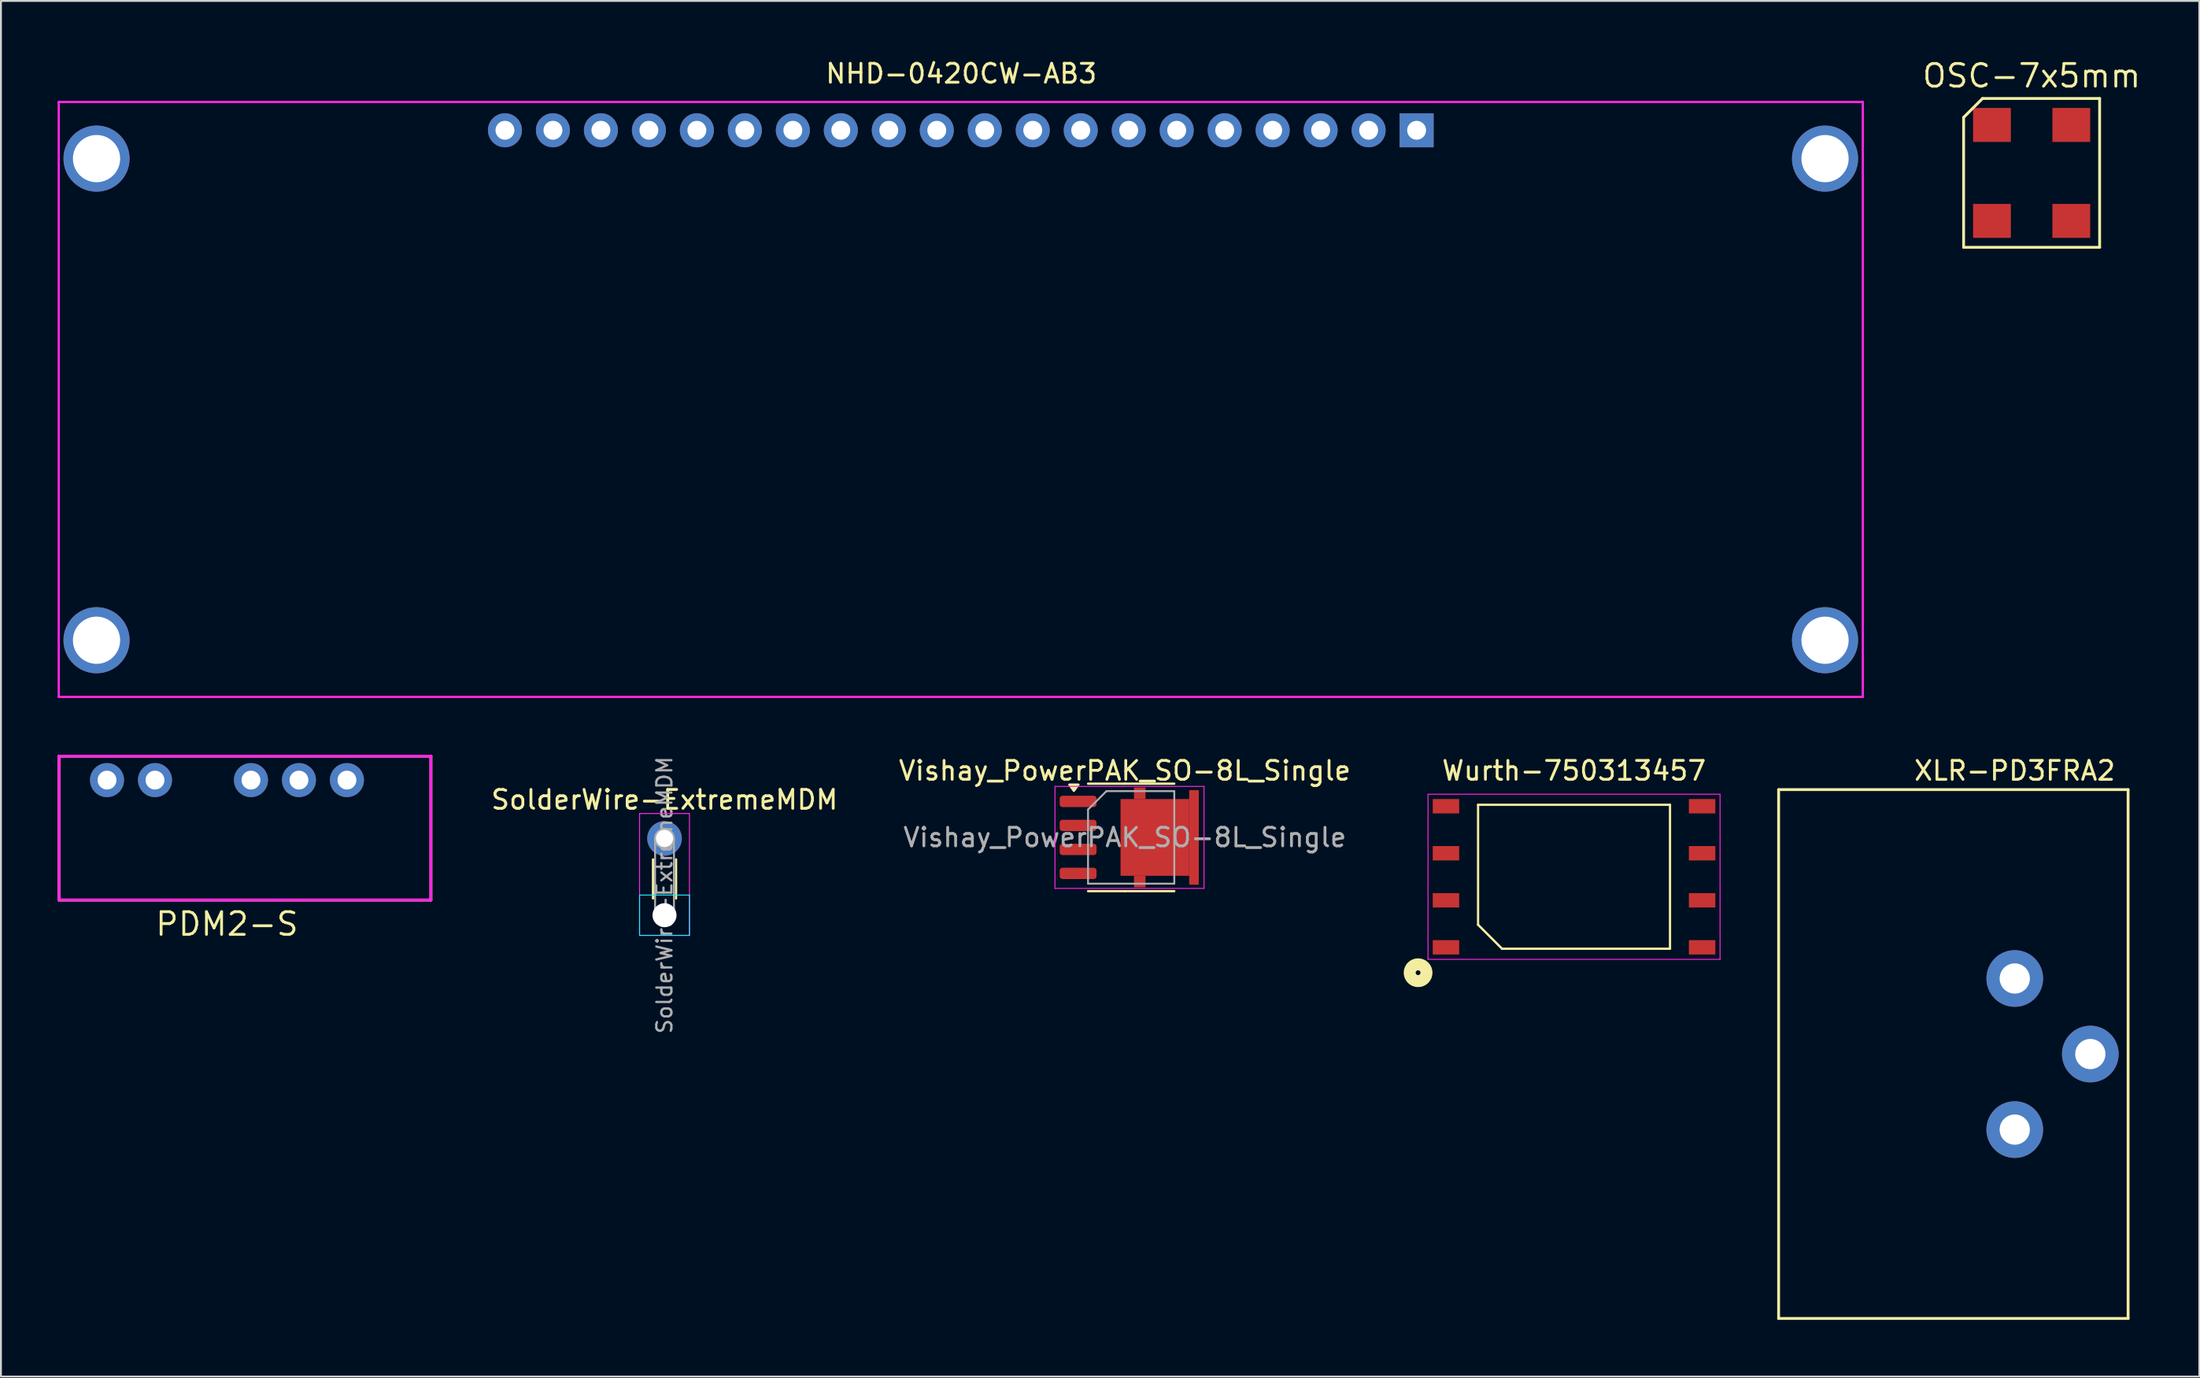
<source format=kicad_pcb>
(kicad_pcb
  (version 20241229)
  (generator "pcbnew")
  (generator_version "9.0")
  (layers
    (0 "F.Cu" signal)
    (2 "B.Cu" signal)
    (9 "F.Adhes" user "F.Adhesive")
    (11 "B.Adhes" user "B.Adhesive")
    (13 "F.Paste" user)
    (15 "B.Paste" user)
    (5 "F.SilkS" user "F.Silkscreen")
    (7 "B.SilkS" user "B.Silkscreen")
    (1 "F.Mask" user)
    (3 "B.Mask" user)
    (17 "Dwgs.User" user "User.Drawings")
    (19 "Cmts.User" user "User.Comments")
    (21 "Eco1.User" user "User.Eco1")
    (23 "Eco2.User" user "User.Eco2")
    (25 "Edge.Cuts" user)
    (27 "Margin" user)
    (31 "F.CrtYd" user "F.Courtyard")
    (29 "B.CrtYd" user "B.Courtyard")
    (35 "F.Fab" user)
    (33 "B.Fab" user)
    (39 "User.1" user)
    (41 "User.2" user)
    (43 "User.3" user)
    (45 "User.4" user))
  (footprint "NHD-0420CW-AB3"
    (layer "F.Cu")
    (at 47.81 18.098)
    (property "Reference" "NHD-0420CW-AB3" (at 0.025 -17.25 0) (layer "F.SilkS") (effects (font (size 1 1) (thickness 0.15))))
    (attr through_hole)
    (fp_line (start -47.75 -15.75) (end 47.75 -15.75) (stroke (width 0.12) (type solid)) (layer "F.CrtYd"))
    (fp_line (start -47.75 15.75) (end -47.75 -15.75) (stroke (width 0.12) (type solid)) (layer "F.CrtYd"))
    (fp_line (start 47.75 -15.75) (end 47.75 15.75) (stroke (width 0.12) (type solid)) (layer "F.CrtYd"))
    (fp_line (start 47.75 15.75) (end -47.75 15.75) (stroke (width 0.12) (type solid)) (layer "F.CrtYd"))
    (pad "" thru_hole circle (at -45.75 -12.75) (size 3.5 3.5) (drill 2.5) (layers "*.Cu" "*.Mask"))
    (pad "" thru_hole circle (at -45.75 12.75) (size 3.5 3.5) (drill 2.5) (layers "*.Cu" "*.Mask"))
    (pad "" thru_hole circle (at 45.75 -12.75) (size 3.5 3.5) (drill 2.5) (layers "*.Cu" "*.Mask"))
    (pad "" thru_hole circle (at 45.75 12.75) (size 3.5 3.5) (drill 2.5) (layers "*.Cu" "*.Mask"))
    (pad "1" thru_hole rect (at 24.13 -14.25) (size 1.8 1.8) (drill 1) (layers "*.Cu" "*.Mask"))
    (pad "2" thru_hole circle (at 21.59 -14.25) (size 1.8 1.8) (drill 1) (layers "*.Cu" "*.Mask"))
    (pad "3" thru_hole circle (at 19.05 -14.25) (size 1.8 1.8) (drill 1) (layers "*.Cu" "*.Mask"))
    (pad "4" thru_hole circle (at 16.51 -14.25) (size 1.8 1.8) (drill 1) (layers "*.Cu" "*.Mask"))
    (pad "5" thru_hole circle (at 13.97 -14.25) (size 1.8 1.8) (drill 1) (layers "*.Cu" "*.Mask"))
    (pad "6" thru_hole circle (at 11.43 -14.25) (size 1.8 1.8) (drill 1) (layers "*.Cu" "*.Mask"))
    (pad "7" thru_hole circle (at 8.89 -14.25) (size 1.8 1.8) (drill 1) (layers "*.Cu" "*.Mask"))
    (pad "8" thru_hole circle (at 6.35 -14.25) (size 1.8 1.8) (drill 1) (layers "*.Cu" "*.Mask"))
    (pad "9" thru_hole circle (at 3.81 -14.25) (size 1.8 1.8) (drill 1) (layers "*.Cu" "*.Mask"))
    (pad "10" thru_hole circle (at 1.27 -14.25) (size 1.8 1.8) (drill 1) (layers "*.Cu" "*.Mask"))
    (pad "11" thru_hole circle (at -1.27 -14.25) (size 1.8 1.8) (drill 1) (layers "*.Cu" "*.Mask"))
    (pad "12" thru_hole circle (at -3.81 -14.25) (size 1.8 1.8) (drill 1) (layers "*.Cu" "*.Mask"))
    (pad "13" thru_hole circle (at -6.35 -14.25) (size 1.8 1.8) (drill 1) (layers "*.Cu" "*.Mask"))
    (pad "14" thru_hole circle (at -8.89 -14.25) (size 1.8 1.8) (drill 1) (layers "*.Cu" "*.Mask"))
    (pad "15" thru_hole circle (at -11.43 -14.25) (size 1.8 1.8) (drill 1) (layers "*.Cu" "*.Mask"))
    (pad "16" thru_hole circle (at -13.97 -14.25) (size 1.8 1.8) (drill 1) (layers "*.Cu" "*.Mask"))
    (pad "17" thru_hole circle (at -16.51 -14.25) (size 1.8 1.8) (drill 1) (layers "*.Cu" "*.Mask"))
    (pad "18" thru_hole circle (at -19.05 -14.25) (size 1.8 1.8) (drill 1) (layers "*.Cu" "*.Mask"))
    (pad "19" thru_hole circle (at -21.59 -14.25) (size 1.8 1.8) (drill 1) (layers "*.Cu" "*.Mask"))
    (pad "20" thru_hole circle (at -24.13 -14.25) (size 1.8 1.8) (drill 1) (layers "*.Cu" "*.Mask")))
  (footprint "SolderWire-ExtremeMDM"
    (layer "F.Cu")
    (at 32.127 41.342)
    (property "Reference" "SolderWire-ExtremeMDM" (at 0 -2.05 0) (layer "F.SilkS") (effects (font (size 1 1) (thickness 0.15))))
    (attr exclude_from_pos_files exclude_from_bom)
    (fp_line (start -0.61 1.11) (end -0.61 3.175) (stroke (width 0.12) (type solid)) (layer "F.SilkS"))
    (fp_line (start 0.61 1.11) (end 0.61 3.175) (stroke (width 0.12) (type solid)) (layer "F.SilkS"))
    (fp_line (start -1.321 2.997) (end -1.321 5.131) (stroke (width 0.05) (type solid)) (layer "B.CrtYd"))
    (fp_line (start -1.321 5.131) (end 1.321 5.131) (stroke (width 0.05) (type solid)) (layer "B.CrtYd"))
    (fp_line (start 1.321 2.997) (end -1.321 2.997) (stroke (width 0.05) (type solid)) (layer "B.CrtYd"))
    (fp_line (start 1.321 5.131) (end 1.321 2.997) (stroke (width 0.05) (type solid)) (layer "B.CrtYd"))
    (fp_line (start -1.321 -1.321) (end -1.321 5.131) (stroke (width 0.05) (type solid)) (layer "F.CrtYd"))
    (fp_line (start -1.321 5.131) (end 1.321 5.131) (stroke (width 0.05) (type solid)) (layer "F.CrtYd"))
    (fp_line (start 1.321 -1.321) (end -1.321 -1.321) (stroke (width 0.05) (type solid)) (layer "F.CrtYd"))
    (fp_line (start 1.321 5.131) (end 1.321 -1.321) (stroke (width 0.05) (type solid)) (layer "F.CrtYd"))
    (fp_line (start -0.5 0) (end -0.5 4.064) (stroke (width 0.1) (type solid)) (layer "F.Fab"))
    (fp_line (start 0.5 0) (end 0.5 4.064) (stroke (width 0.1) (type solid)) (layer "F.Fab"))
    (fp_circle (center 0 0) (end 0.5 0) (stroke (width 0.1) (type solid)) (fill no) (layer "F.Fab"))
    (fp_circle (center 0 4.064) (end 0.5 4.064) (stroke (width 0.1) (type solid)) (fill no) (layer "F.Fab"))
    (fp_text user "${REFERENCE}" (at 0 3 90) (layer "F.Fab") (effects (font (size 0.8 0.8) (thickness 0.12))))
    (pad "" np_thru_hole circle (at 0 4.064) (size 1.27 1.27) (drill 1.27) (layers "*.Cu" "*.Mask"))
    (pad "1" thru_hole circle (at 0 0) (size 1.829 1.829) (drill 0.914) (layers "*.Cu" "*.Mask")))
  (footprint "Wurth-750313457"
    (layer "F.Cu")
    (at 80.273 43.371)
    (property "Reference" "Wurth-750313457" (at 0 -5.615 0) (layer "F.SilkS") (effects (font (size 1 1) (thickness 0.15))))
    (attr smd)
    (fp_line (start -5.08 -3.81) (end 5.08 -3.81) (stroke (width 0.12) (type solid)) (layer "F.SilkS"))
    (fp_line (start -5.08 2.54) (end -5.08 -3.81) (stroke (width 0.12) (type solid)) (layer "F.SilkS"))
    (fp_line (start -5.08 2.54) (end -3.81 3.81) (stroke (width 0.12) (type solid)) (layer "F.SilkS"))
    (fp_line (start 5.08 -3.81) (end 5.08 3.81) (stroke (width 0.12) (type solid)) (layer "F.SilkS"))
    (fp_line (start 5.08 3.81) (end -3.81 3.81) (stroke (width 0.12) (type solid)) (layer "F.SilkS"))
    (fp_circle (center -8.255 5.08) (end -8.128 5.08) (stroke (width 0.635) (type solid)) (fill no) (layer "F.SilkS"))
    (fp_line (start -7.73 -4.37) (end 7.73 -4.37) (stroke (width 0.05) (type solid)) (layer "F.CrtYd"))
    (fp_line (start -7.73 4.37) (end -7.73 -4.37) (stroke (width 0.05) (type solid)) (layer "F.CrtYd"))
    (fp_line (start 7.73 -4.37) (end 7.73 4.37) (stroke (width 0.05) (type solid)) (layer "F.CrtYd"))
    (fp_line (start 7.73 4.37) (end -7.73 4.37) (stroke (width 0.05) (type solid)) (layer "F.CrtYd"))
    (pad "1" smd rect (at -6.78 3.735 270) (size 0.76 1.4) (layers "F.Cu" "F.Mask" "F.Paste"))
    (pad "2" smd rect (at -6.78 1.245 270) (size 0.76 1.4) (layers "F.Cu" "F.Mask" "F.Paste"))
    (pad "3" smd rect (at -6.78 -1.245 270) (size 0.76 1.4) (layers "F.Cu" "F.Mask" "F.Paste"))
    (pad "4" smd rect (at -6.78 -3.735 270) (size 0.76 1.4) (layers "F.Cu" "F.Mask" "F.Paste"))
    (pad "5" smd rect (at 6.78 -3.735 270) (size 0.76 1.4) (layers "F.Cu" "F.Mask" "F.Paste"))
    (pad "6" smd rect (at 6.78 -1.245 270) (size 0.76 1.4) (layers "F.Cu" "F.Mask" "F.Paste"))
    (pad "7" smd rect (at 6.78 1.245 270) (size 0.76 1.4) (layers "F.Cu" "F.Mask" "F.Paste"))
    (pad "8" smd rect (at 6.78 3.735 270) (size 0.76 1.4) (layers "F.Cu" "F.Mask" "F.Paste")))
  (footprint "Vishay_PowerPAK_SO-8L_Single"
    (layer "F.Cu")
    (at 56.496 41.287)
    (property "Reference" "Vishay_PowerPAK_SO-8L_Single" (at 0 -3.531 0) (layer "F.SilkS") (effects (font (size 1 1) (thickness 0.15))))
    (attr smd)
    (fp_line (start 0 -2.845) (end -1.95 -2.845) (stroke (width 0.12) (type solid)) (layer "F.SilkS"))
    (fp_line (start 0 -2.845) (end 2.616 -2.845) (stroke (width 0.12) (type solid)) (layer "F.SilkS"))
    (fp_line (start 0 2.845) (end -1.95 2.845) (stroke (width 0.12) (type solid)) (layer "F.SilkS"))
    (fp_line (start 0 2.845) (end 2.616 2.845) (stroke (width 0.12) (type solid)) (layer "F.SilkS"))
    (fp_poly (pts (xy -2.7 -2.465) (xy -2.94 -2.795) (xy -2.46 -2.795) (xy -2.7 -2.465)) (stroke (width 0.12) (type solid)) (fill yes) (layer "F.SilkS"))
    (fp_line (start -3.7 -2.7) (end -3.7 2.7) (stroke (width 0.05) (type solid)) (layer "F.CrtYd"))
    (fp_line (start -3.7 2.7) (end 4.191 2.7) (stroke (width 0.05) (type solid)) (layer "F.CrtYd"))
    (fp_line (start 4.191 -2.7) (end -3.7 -2.7) (stroke (width 0.05) (type solid)) (layer "F.CrtYd"))
    (fp_line (start 4.191 2.7) (end 4.191 -2.7) (stroke (width 0.05) (type solid)) (layer "F.CrtYd"))
    (fp_line (start -1.95 -1.475) (end -0.975 -2.45) (stroke (width 0.1) (type solid)) (layer "F.Fab"))
    (fp_line (start -1.95 2.45) (end -1.95 -1.475) (stroke (width 0.1) (type solid)) (layer "F.Fab"))
    (fp_line (start -0.975 -2.45) (end 2.616 -2.45) (stroke (width 0.1) (type solid)) (layer "F.Fab"))
    (fp_line (start 2.616 -2.45) (end 2.616 2.45) (stroke (width 0.1) (type solid)) (layer "F.Fab"))
    (fp_line (start 2.616 2.45) (end -1.95 2.45) (stroke (width 0.1) (type solid)) (layer "F.Fab"))
    (fp_text user "${REFERENCE}" (at 0 0 0) (layer "F.Fab") (effects (font (size 0.98 0.98) (thickness 0.15))))
    (pad "1" smd roundrect (at -2.475 -1.905) (size 1.95 0.6) (layers "F.Cu" "F.Mask" "F.Paste") (roundrect_rratio 0.25))
    (pad "2" smd roundrect (at -2.475 -0.635) (size 1.95 0.6) (layers "F.Cu" "F.Mask" "F.Paste") (roundrect_rratio 0.25))
    (pad "3" smd roundrect (at -2.475 0.635) (size 1.95 0.6) (layers "F.Cu" "F.Mask" "F.Paste") (roundrect_rratio 0.25))
    (pad "4" smd roundrect (at -2.475 1.905) (size 1.95 0.6) (layers "F.Cu" "F.Mask" "F.Paste") (roundrect_rratio 0.25))
    (pad "5" smd rect (at 0.787 -2.337) (size 0.61 0.61) (layers "F.Cu" "F.Mask" "F.Paste"))
    (pad "5" smd rect (at 0.787 2.337) (size 0.61 0.61) (layers "F.Cu" "F.Mask" "F.Paste"))
    (pad "5" smd rect (at 1.587 0) (size 3.632 4.064) (layers "F.Cu" "F.Mask" "F.Paste"))
    (pad "5" smd rect (at 3.658 0) (size 0.508 5.004) (layers "F.Cu" "F.Mask" "F.Paste")))
  (footprint "PDM2-S"
    (layer "F.Cu")
    (at 8.965 38.253)
    (property "Reference" "PDM2-S" (at 0 7.62 0) (layer "F.SilkS") (effects (font (size 1.2 1.2) (thickness 0.15))))
    (attr through_hole)
    (fp_line (start -8.89 -1.27) (end -8.89 6.35) (stroke (width 0.15) (type solid)) (layer "F.SilkS"))
    (fp_line (start -8.89 6.35) (end 10.795 6.35) (stroke (width 0.15) (type solid)) (layer "F.SilkS"))
    (fp_line (start 10.795 -1.27) (end -8.89 -1.27) (stroke (width 0.15) (type solid)) (layer "F.SilkS"))
    (fp_line (start 10.795 6.35) (end 10.795 -1.27) (stroke (width 0.15) (type solid)) (layer "F.SilkS"))
    (fp_line (start -8.89 -1.27) (end 10.795 -1.27) (stroke (width 0.15) (type solid)) (layer "F.CrtYd"))
    (fp_line (start -8.89 6.35) (end -8.89 -1.27) (stroke (width 0.15) (type solid)) (layer "F.CrtYd"))
    (fp_line (start 10.795 -1.27) (end 10.795 6.35) (stroke (width 0.15) (type solid)) (layer "F.CrtYd"))
    (fp_line (start 10.795 6.35) (end -8.89 6.35) (stroke (width 0.15) (type solid)) (layer "F.CrtYd"))
    (pad "1" thru_hole circle (at -6.35 0) (size 1.8 1.8) (drill 1) (layers "*.Cu" "*.Mask"))
    (pad "2" thru_hole circle (at -3.81 0) (size 1.8 1.8) (drill 1) (layers "*.Cu" "*.Mask"))
    (pad "4" thru_hole circle (at 1.27 0) (size 1.8 1.8) (drill 1) (layers "*.Cu" "*.Mask"))
    (pad "5" thru_hole circle (at 3.81 0) (size 1.8 1.8) (drill 1) (layers "*.Cu" "*.Mask"))
    (pad "6" thru_hole circle (at 6.35 0) (size 1.8 1.8) (drill 1) (layers "*.Cu" "*.Mask")))
  (footprint "XLR-PD3FRA2"
    (layer "F.Cu")
    (at 103.603 52.757)
    (property "Reference" "XLR-PD3FRA2" (at 0 -15 0) (layer "F.SilkS") (effects (font (size 1 1) (thickness 0.15))))
    (attr through_hole)
    (fp_line (start -12.5 -14) (end -12.5 14) (stroke (width 0.15) (type solid)) (layer "F.SilkS"))
    (fp_line (start -12.5 14) (end 6 14) (stroke (width 0.15) (type solid)) (layer "F.SilkS"))
    (fp_line (start 6 -14) (end -12.5 -14) (stroke (width 0.15) (type solid)) (layer "F.SilkS"))
    (fp_line (start 6 -14) (end 6 14) (stroke (width 0.15) (type solid)) (layer "F.SilkS"))
    (pad "1" thru_hole circle (at 0 4) (size 3 3) (drill 1.6) (layers "*.Cu" "*.Mask"))
    (pad "2" thru_hole circle (at 0 -4) (size 3 3) (drill 1.6) (layers "*.Cu" "*.Mask"))
    (pad "3" thru_hole circle (at 4 0) (size 3 3) (drill 1.6) (layers "*.Cu" "*.Mask")))
  (footprint "OSC-7x5mm"
    (layer "F.Cu")
    (at 104.496 6.105)
    (property "Reference" "OSC-7x5mm" (at 0 -5.14 0) (layer "F.SilkS") (effects (font (size 1.2 1.2) (thickness 0.15))))
    (attr through_hole)
    (fp_line (start -3.6 -2.94) (end -3.6 3.94) (stroke (width 0.15) (type solid)) (layer "F.SilkS"))
    (fp_line (start -3.6 3.94) (end 3.6 3.94) (stroke (width 0.15) (type solid)) (layer "F.SilkS"))
    (fp_line (start -2.6 -3.94) (end -3.6 -2.94) (stroke (width 0.15) (type solid)) (layer "F.SilkS"))
    (fp_line (start 3.6 -3.94) (end -2.6 -3.94) (stroke (width 0.15) (type solid)) (layer "F.SilkS"))
    (fp_line (start 3.6 3.94) (end 3.6 -3.94) (stroke (width 0.15) (type solid)) (layer "F.SilkS"))
    (pad "1" smd rect (at -2.1 -2.54 270) (size 1.8 2) (layers "F.Cu" "F.Mask" "F.Paste"))
    (pad "2" smd rect (at -2.1 2.54 270) (size 1.8 2) (layers "F.Cu" "F.Mask" "F.Paste"))
    (pad "3" smd rect (at 2.1 2.54 270) (size 1.8 2) (layers "F.Cu" "F.Mask" "F.Paste"))
    (pad "4" smd rect (at 2.1 -2.54 270) (size 1.8 2) (layers "F.Cu" "F.Mask" "F.Paste")))
  (gr_rect
    (start -3 -3)
    (end 113.373 69.832)
    (stroke (width 0.1) (type default))
    (fill no)
    (layer "Edge.Cuts")))
</source>
